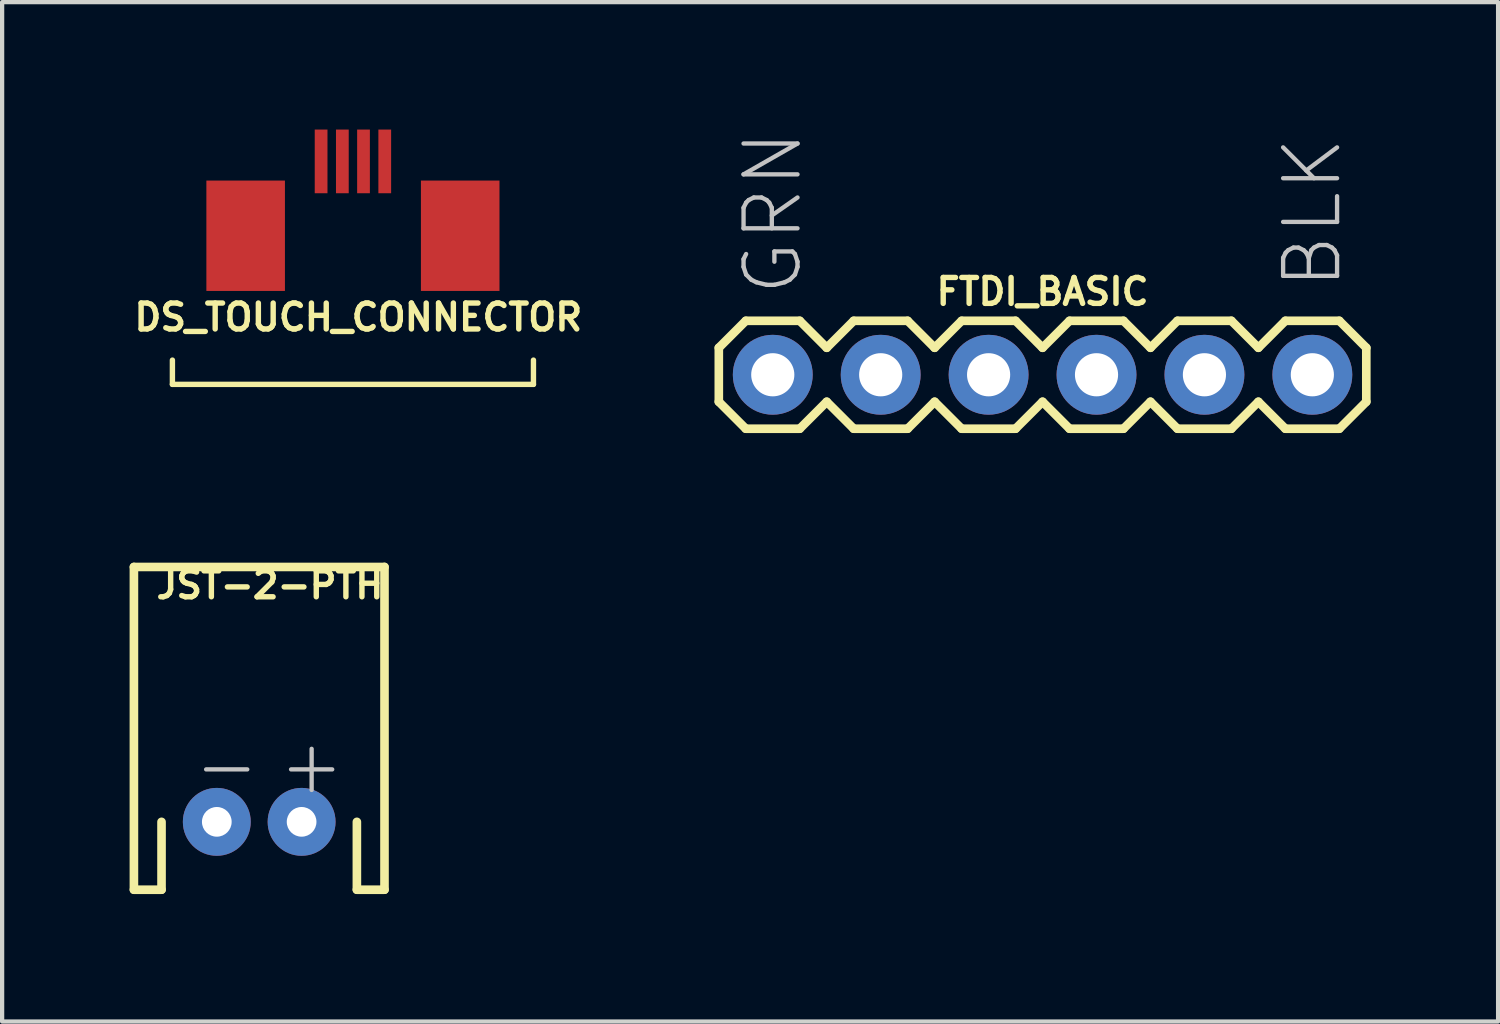
<source format=kicad_pcb>
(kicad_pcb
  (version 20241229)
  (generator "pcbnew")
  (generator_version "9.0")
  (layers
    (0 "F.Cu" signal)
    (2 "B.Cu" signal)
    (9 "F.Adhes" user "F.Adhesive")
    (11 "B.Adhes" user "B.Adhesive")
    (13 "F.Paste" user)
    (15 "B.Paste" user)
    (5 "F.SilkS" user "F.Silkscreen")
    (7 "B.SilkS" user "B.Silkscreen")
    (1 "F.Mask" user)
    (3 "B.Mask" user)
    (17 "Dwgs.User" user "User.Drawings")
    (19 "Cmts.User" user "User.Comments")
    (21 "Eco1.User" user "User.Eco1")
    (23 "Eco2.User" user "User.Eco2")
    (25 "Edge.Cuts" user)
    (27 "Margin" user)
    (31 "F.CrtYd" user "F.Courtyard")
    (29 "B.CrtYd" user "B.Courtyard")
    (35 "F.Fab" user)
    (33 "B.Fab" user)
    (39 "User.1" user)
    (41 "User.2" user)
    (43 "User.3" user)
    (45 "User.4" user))
  (footprint "FTDI_BASIC"
    (layer "F.Cu")
    (at 15.139 5.771)
    (property "Reference" "FTDI_BASIC" (at 6.35 -1.956 0) (layer "F.SilkS") (effects (font (size 0.61 0.61) (thickness 0.127))))
    (attr exclude_from_pos_files exclude_from_bom)
    (fp_line (start -1.27 -0.635) (end -1.27 0.635) (stroke (width 0.203) (type solid)) (layer "F.SilkS"))
    (fp_line (start -1.27 0.635) (end -0.635 1.27) (stroke (width 0.203) (type solid)) (layer "F.SilkS"))
    (fp_line (start -0.635 -1.27) (end -1.27 -0.635) (stroke (width 0.203) (type solid)) (layer "F.SilkS"))
    (fp_line (start -0.635 -1.27) (end 0.635 -1.27) (stroke (width 0.203) (type solid)) (layer "F.SilkS"))
    (fp_line (start 0.635 -1.27) (end 1.27 -0.635) (stroke (width 0.203) (type solid)) (layer "F.SilkS"))
    (fp_line (start 0.635 1.27) (end -0.635 1.27) (stroke (width 0.203) (type solid)) (layer "F.SilkS"))
    (fp_line (start 1.27 -0.635) (end 1.905 -1.27) (stroke (width 0.203) (type solid)) (layer "F.SilkS"))
    (fp_line (start 1.27 0.635) (end 0.635 1.27) (stroke (width 0.203) (type solid)) (layer "F.SilkS"))
    (fp_line (start 1.905 -1.27) (end 3.175 -1.27) (stroke (width 0.203) (type solid)) (layer "F.SilkS"))
    (fp_line (start 1.905 1.27) (end 1.27 0.635) (stroke (width 0.203) (type solid)) (layer "F.SilkS"))
    (fp_line (start 3.175 -1.27) (end 3.81 -0.635) (stroke (width 0.203) (type solid)) (layer "F.SilkS"))
    (fp_line (start 3.175 1.27) (end 1.905 1.27) (stroke (width 0.203) (type solid)) (layer "F.SilkS"))
    (fp_line (start 3.81 -0.635) (end 4.445 -1.27) (stroke (width 0.203) (type solid)) (layer "F.SilkS"))
    (fp_line (start 3.81 0.635) (end 3.175 1.27) (stroke (width 0.203) (type solid)) (layer "F.SilkS"))
    (fp_line (start 4.445 -1.27) (end 5.715 -1.27) (stroke (width 0.203) (type solid)) (layer "F.SilkS"))
    (fp_line (start 4.445 1.27) (end 3.81 0.635) (stroke (width 0.203) (type solid)) (layer "F.SilkS"))
    (fp_line (start 5.715 -1.27) (end 6.35 -0.635) (stroke (width 0.203) (type solid)) (layer "F.SilkS"))
    (fp_line (start 5.715 1.27) (end 4.445 1.27) (stroke (width 0.203) (type solid)) (layer "F.SilkS"))
    (fp_line (start 6.35 0.635) (end 5.715 1.27) (stroke (width 0.203) (type solid)) (layer "F.SilkS"))
    (fp_line (start 6.35 0.635) (end 6.985 1.27) (stroke (width 0.203) (type solid)) (layer "F.SilkS"))
    (fp_line (start 6.985 -1.27) (end 6.35 -0.635) (stroke (width 0.203) (type solid)) (layer "F.SilkS"))
    (fp_line (start 6.985 -1.27) (end 8.255 -1.27) (stroke (width 0.203) (type solid)) (layer "F.SilkS"))
    (fp_line (start 8.255 -1.27) (end 8.89 -0.635) (stroke (width 0.203) (type solid)) (layer "F.SilkS"))
    (fp_line (start 8.255 1.27) (end 6.985 1.27) (stroke (width 0.203) (type solid)) (layer "F.SilkS"))
    (fp_line (start 8.89 -0.635) (end 9.525 -1.27) (stroke (width 0.203) (type solid)) (layer "F.SilkS"))
    (fp_line (start 8.89 0.635) (end 8.255 1.27) (stroke (width 0.203) (type solid)) (layer "F.SilkS"))
    (fp_line (start 9.525 -1.27) (end 10.795 -1.27) (stroke (width 0.203) (type solid)) (layer "F.SilkS"))
    (fp_line (start 9.525 1.27) (end 8.89 0.635) (stroke (width 0.203) (type solid)) (layer "F.SilkS"))
    (fp_line (start 10.795 -1.27) (end 11.43 -0.635) (stroke (width 0.203) (type solid)) (layer "F.SilkS"))
    (fp_line (start 10.795 1.27) (end 9.525 1.27) (stroke (width 0.203) (type solid)) (layer "F.SilkS"))
    (fp_line (start 11.43 -0.635) (end 12.065 -1.27) (stroke (width 0.203) (type solid)) (layer "F.SilkS"))
    (fp_line (start 11.43 0.635) (end 10.795 1.27) (stroke (width 0.203) (type solid)) (layer "F.SilkS"))
    (fp_line (start 12.065 -1.27) (end 13.335 -1.27) (stroke (width 0.203) (type solid)) (layer "F.SilkS"))
    (fp_line (start 12.065 1.27) (end 11.43 0.635) (stroke (width 0.203) (type solid)) (layer "F.SilkS"))
    (fp_line (start 13.335 -1.27) (end 13.97 -0.635) (stroke (width 0.203) (type solid)) (layer "F.SilkS"))
    (fp_line (start 13.335 1.27) (end 12.065 1.27) (stroke (width 0.203) (type solid)) (layer "F.SilkS"))
    (fp_line (start 13.97 -0.635) (end 13.97 0.635) (stroke (width 0.203) (type solid)) (layer "F.SilkS"))
    (fp_line (start 13.97 0.635) (end 13.335 1.27) (stroke (width 0.203) (type solid)) (layer "F.SilkS"))
    (fp_line (start -0.254 -0.254) (end 0.254 -0.254) (stroke (width 0.066) (type solid)) (layer "Dwgs.User"))
    (fp_line (start -0.254 0.254) (end -0.254 -0.254) (stroke (width 0.066) (type solid)) (layer "Dwgs.User"))
    (fp_line (start -0.254 0.254) (end 0.254 0.254) (stroke (width 0.066) (type solid)) (layer "Dwgs.User"))
    (fp_line (start 0.254 0.254) (end 0.254 -0.254) (stroke (width 0.066) (type solid)) (layer "Dwgs.User"))
    (fp_line (start 2.286 -0.254) (end 2.794 -0.254) (stroke (width 0.066) (type solid)) (layer "Dwgs.User"))
    (fp_line (start 2.286 0.254) (end 2.286 -0.254) (stroke (width 0.066) (type solid)) (layer "Dwgs.User"))
    (fp_line (start 2.286 0.254) (end 2.794 0.254) (stroke (width 0.066) (type solid)) (layer "Dwgs.User"))
    (fp_line (start 2.794 0.254) (end 2.794 -0.254) (stroke (width 0.066) (type solid)) (layer "Dwgs.User"))
    (fp_line (start 4.826 -0.254) (end 5.334 -0.254) (stroke (width 0.066) (type solid)) (layer "Dwgs.User"))
    (fp_line (start 4.826 0.254) (end 4.826 -0.254) (stroke (width 0.066) (type solid)) (layer "Dwgs.User"))
    (fp_line (start 4.826 0.254) (end 5.334 0.254) (stroke (width 0.066) (type solid)) (layer "Dwgs.User"))
    (fp_line (start 5.334 0.254) (end 5.334 -0.254) (stroke (width 0.066) (type solid)) (layer "Dwgs.User"))
    (fp_line (start 7.366 -0.254) (end 7.874 -0.254) (stroke (width 0.066) (type solid)) (layer "Dwgs.User"))
    (fp_line (start 7.366 0.254) (end 7.366 -0.254) (stroke (width 0.066) (type solid)) (layer "Dwgs.User"))
    (fp_line (start 7.366 0.254) (end 7.874 0.254) (stroke (width 0.066) (type solid)) (layer "Dwgs.User"))
    (fp_line (start 7.874 0.254) (end 7.874 -0.254) (stroke (width 0.066) (type solid)) (layer "Dwgs.User"))
    (fp_line (start 9.906 -0.254) (end 10.414 -0.254) (stroke (width 0.066) (type solid)) (layer "Dwgs.User"))
    (fp_line (start 9.906 0.254) (end 9.906 -0.254) (stroke (width 0.066) (type solid)) (layer "Dwgs.User"))
    (fp_line (start 9.906 0.254) (end 10.414 0.254) (stroke (width 0.066) (type solid)) (layer "Dwgs.User"))
    (fp_line (start 10.414 0.254) (end 10.414 -0.254) (stroke (width 0.066) (type solid)) (layer "Dwgs.User"))
    (fp_line (start 12.446 -0.254) (end 12.954 -0.254) (stroke (width 0.066) (type solid)) (layer "Dwgs.User"))
    (fp_line (start 12.446 0.254) (end 12.446 -0.254) (stroke (width 0.066) (type solid)) (layer "Dwgs.User"))
    (fp_line (start 12.446 0.254) (end 12.954 0.254) (stroke (width 0.066) (type solid)) (layer "Dwgs.User"))
    (fp_line (start 12.954 0.254) (end 12.954 -0.254) (stroke (width 0.066) (type solid)) (layer "Dwgs.User"))
    (fp_text user "GRN" (at 0 -3.81 90) (layer "Dwgs.User") (effects (font (size 1.27 1.27) (thickness 0.102))))
    (fp_text user "BLK" (at 12.7 -3.81 90) (layer "Dwgs.User") (effects (font (size 1.27 1.27) (thickness 0.102))))
    (pad "CTS" thru_hole circle (at 10.16 0) (size 1.88 1.88) (drill 1.016) (layers "*.Cu" "*.Paste" "*.Mask"))
    (pad "DTR" thru_hole circle (at 0 0) (size 1.88 1.88) (drill 1.016) (layers "*.Cu" "*.Paste" "*.Mask"))
    (pad "GND" thru_hole circle (at 12.7 0) (size 1.88 1.88) (drill 1.016) (layers "*.Cu" "*.Paste" "*.Mask"))
    (pad "RXI" thru_hole circle (at 2.54 0) (size 1.88 1.88) (drill 1.016) (layers "*.Cu" "*.Paste" "*.Mask"))
    (pad "TXO" thru_hole circle (at 5.08 0) (size 1.88 1.88) (drill 1.016) (layers "*.Cu" "*.Paste" "*.Mask"))
    (pad "VCC" thru_hole circle (at 7.62 0) (size 1.88 1.88) (drill 1.016) (layers "*.Cu" "*.Paste" "*.Mask")))
  (footprint "DS_TOUCH_CONNECTOR"
    (layer "F.Cu")
    (at 5.257 3.198)
    (property "Reference" "DS_TOUCH_CONNECTOR" (at 0.127 1.219 0) (layer "F.SilkS") (effects (font (size 0.61 0.61) (thickness 0.127))))
    (attr smd)
    (fp_line (start -4.249 2.228) (end -4.249 2.799) (stroke (width 0.127) (type solid)) (layer "F.SilkS"))
    (fp_line (start -4.249 2.799) (end 4.249 2.799) (stroke (width 0.127) (type solid)) (layer "F.SilkS"))
    (fp_line (start 4.249 2.228) (end 4.249 2.799) (stroke (width 0.127) (type solid)) (layer "F.SilkS"))
    (pad "1" smd rect (at 0.749 -2.449 90) (size 1.499 0.3) (layers "F.Cu" "F.Mask" "F.Paste"))
    (pad "2" smd rect (at 0.249 -2.449 90) (size 1.499 0.3) (layers "F.Cu" "F.Mask" "F.Paste"))
    (pad "3" smd rect (at -0.249 -2.449 90) (size 1.499 0.3) (layers "F.Cu" "F.Mask" "F.Paste"))
    (pad "4" smd rect (at -0.749 -2.449 90) (size 1.499 0.3) (layers "F.Cu" "F.Mask" "F.Paste"))
    (pad "P$5" smd rect (at -2.525 -0.699) (size 1.849 2.598) (layers "F.Cu" "F.Mask" "F.Paste"))
    (pad "P$6" smd rect (at 2.525 -0.699) (size 1.849 2.598) (layers "F.Cu" "F.Mask" "F.Paste")))
  (footprint "JST-2-PTH"
    (layer "F.Cu")
    (at 3.051 16.294)
    (property "Reference" "JST-2-PTH" (at 0.254 -5.573 0) (layer "F.SilkS") (effects (font (size 0.61 0.61) (thickness 0.127))))
    (attr exclude_from_pos_files exclude_from_bom)
    (fp_line (start -2.949 -5.999) (end 2.949 -5.999) (stroke (width 0.203) (type solid)) (layer "F.SilkS"))
    (fp_line (start -2.949 1.598) (end -2.949 -5.999) (stroke (width 0.203) (type solid)) (layer "F.SilkS"))
    (fp_line (start -2.949 1.598) (end -2.299 1.598) (stroke (width 0.203) (type solid)) (layer "F.SilkS"))
    (fp_line (start -2.299 1.598) (end -2.299 0) (stroke (width 0.203) (type solid)) (layer "F.SilkS"))
    (fp_line (start 2.299 1.598) (end 2.299 0) (stroke (width 0.203) (type solid)) (layer "F.SilkS"))
    (fp_line (start 2.949 -5.999) (end 2.949 1.598) (stroke (width 0.203) (type solid)) (layer "F.SilkS"))
    (fp_line (start 2.949 1.598) (end 2.299 1.598) (stroke (width 0.203) (type solid)) (layer "F.SilkS"))
    (fp_text user "-" (at -0.765 -1.333 0) (layer "Dwgs.User") (effects (font (size 1.27 1.27) (thickness 0.102))))
    (fp_text user "+" (at 1.234 -1.333 0) (layer "Dwgs.User") (effects (font (size 1.27 1.27) (thickness 0.102))))
    (pad "1" thru_hole circle (at -0.998 0) (size 1.598 1.598) (drill 0.699) (layers "*.Cu" "*.Paste" "*.Mask"))
    (pad "2" thru_hole circle (at 0.998 0) (size 1.598 1.598) (drill 0.699) (layers "*.Cu" "*.Paste" "*.Mask")))
  (gr_rect
    (start -3 -3)
    (end 32.211 20.994)
    (stroke (width 0.1) (type default))
    (fill no)
    (layer "Edge.Cuts")))
</source>
